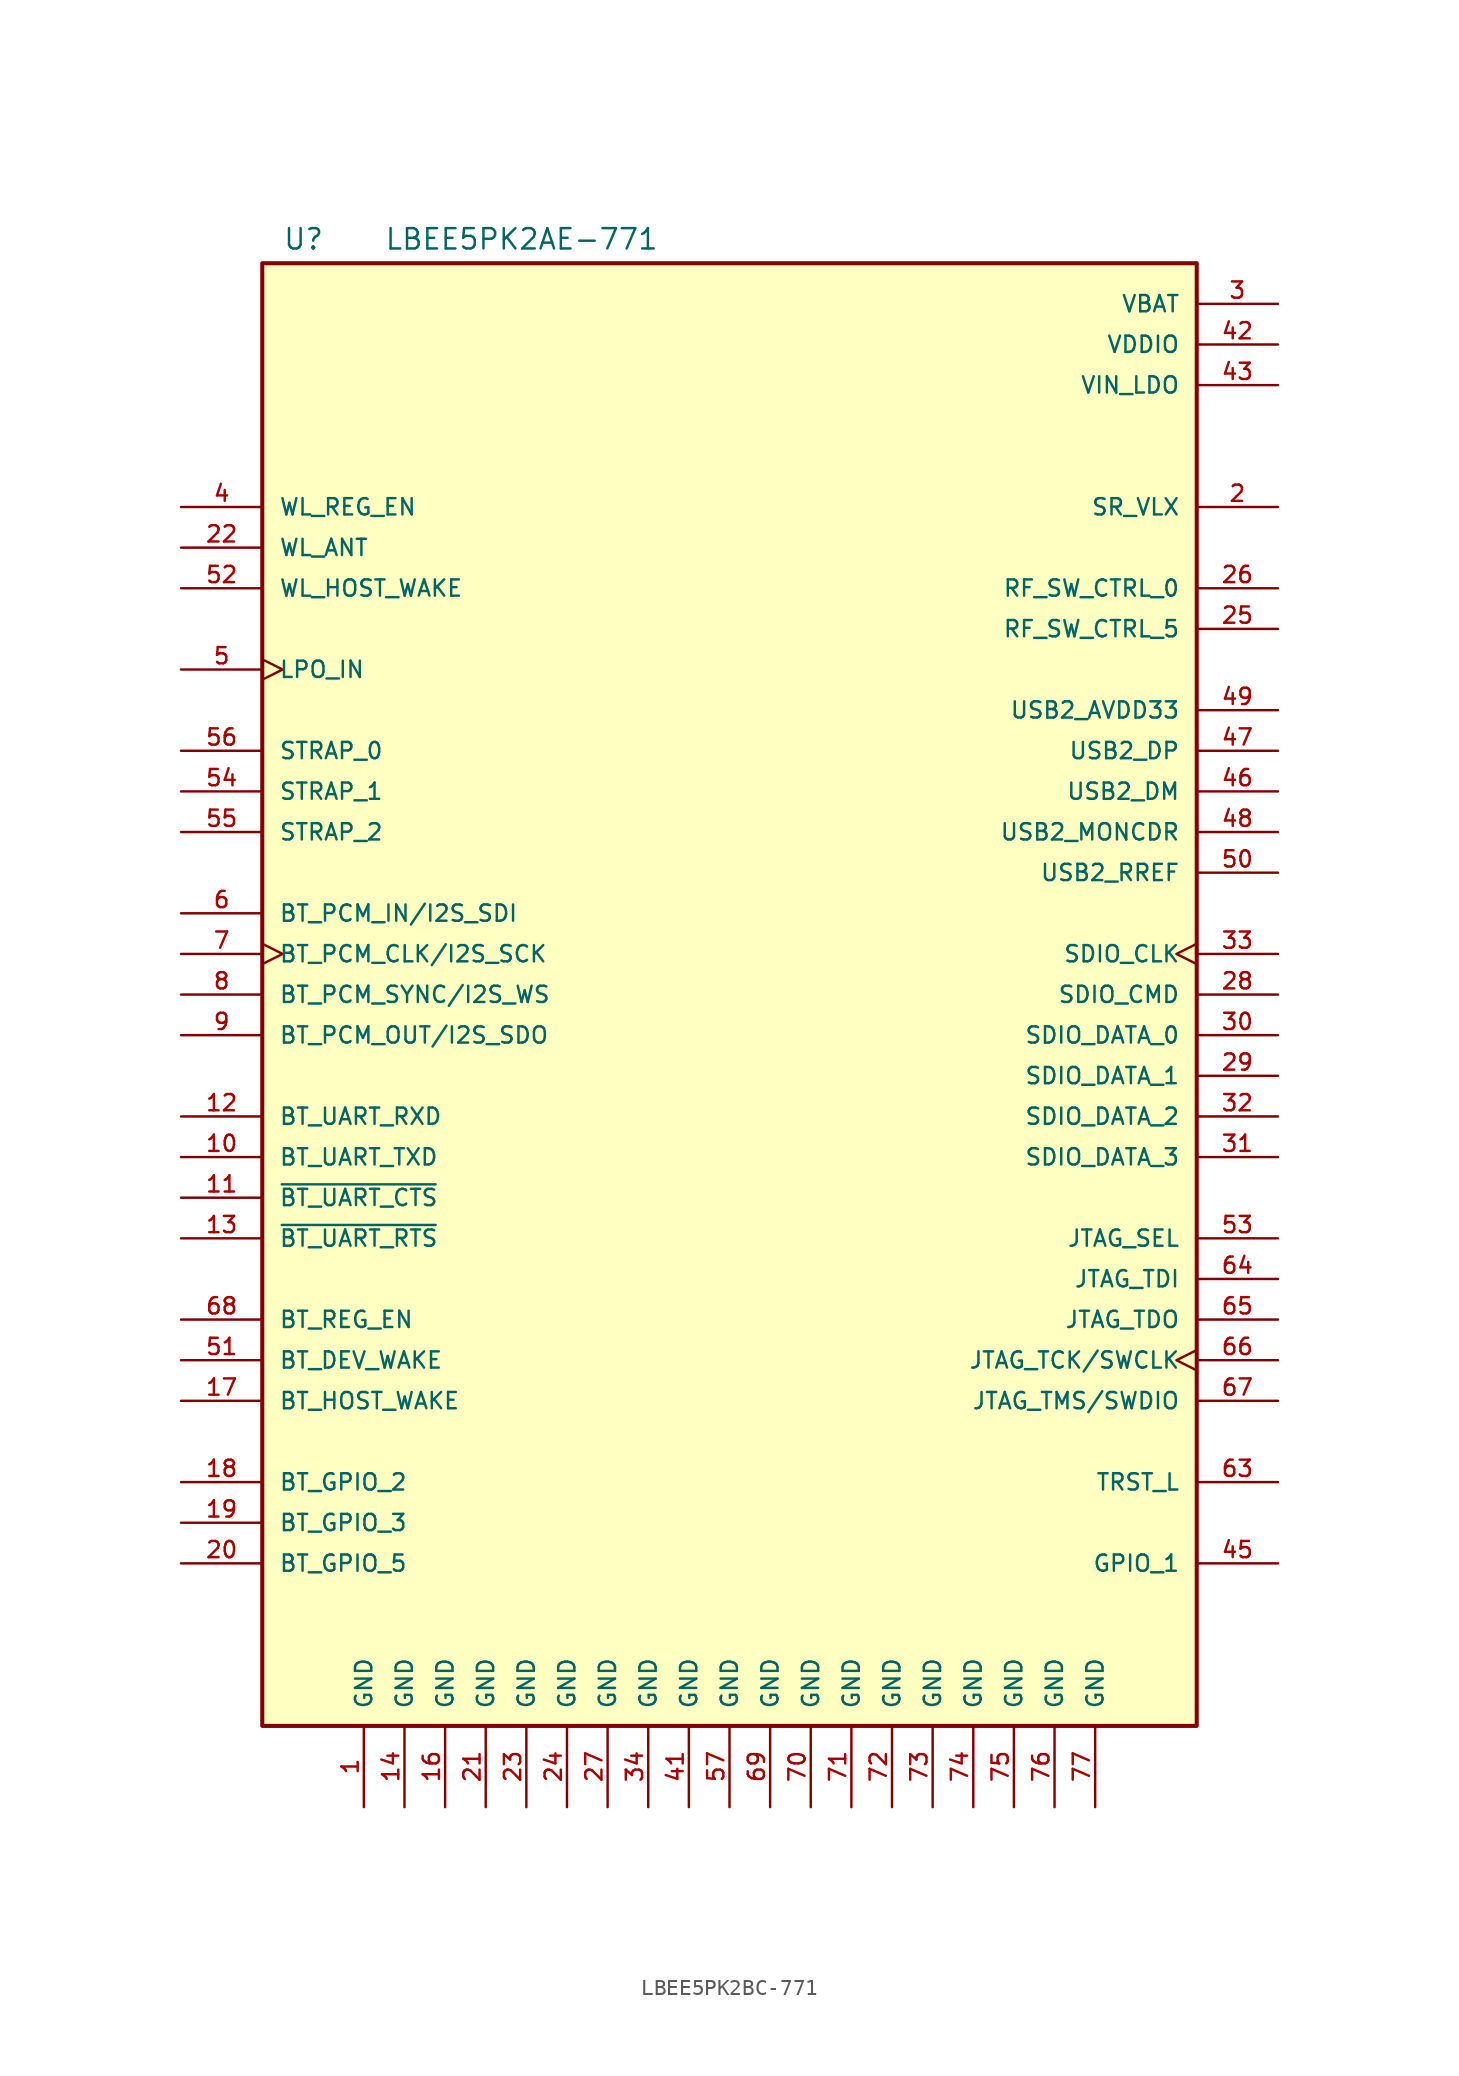
<source format=kicad_sym>
(kicad_symbol_lib
  (version 20241209)
  (generator "kicad_symbol_editor")
  (generator_version "9.0")
  (symbol "LBEE5PK2BC-771"
    (pin_names
      (offset 1.016))
    (property "Reference" "U"
      (at -27.94 46.482 0)
      (effects (font (size 1.27 1.27)) (justify left bottom)))
    (property "Value" "LBEE5PK2AE-771"
      (at -21.59 46.482 0)
      (effects (font (size 1.27 1.27)) (justify left bottom)))
    (symbol "LBEE5PK2BC-771_0_0"
      (rectangle (start -29.21 45.72) (end 29.21 -45.72) (stroke (width 0.254) (type default)) (fill (type background)))
      (pin input line (at -34.29 30.48 0) (length 5.08) (name "WL_REG_EN" (effects (font (size 1.016 1.016)))) (number "4" (effects (font (size 1.016 1.016)))))
      (pin output line (at -34.29 27.94 0) (length 5.08) (name "WL_ANT" (effects (font (size 1.016 1.016)))) (number "22" (effects (font (size 1.016 1.016)))))
      (pin output line (at -34.29 25.4 0) (length 5.08) (name "WL_HOST_WAKE" (effects (font (size 1.016 1.016)))) (number "52" (effects (font (size 1.016 1.016)))))
      (pin input clock (at -34.29 20.32 0) (length 5.08) (name "LPO_IN" (effects (font (size 1.016 1.016)))) (number "5" (effects (font (size 1.016 1.016)))))
      (pin input line (at -34.29 15.24 0) (length 5.08) (name "STRAP_0" (effects (font (size 1.016 1.016)))) (number "56" (effects (font (size 1.016 1.016)))))
      (pin input line (at -34.29 12.7 0) (length 5.08) (name "STRAP_1" (effects (font (size 1.016 1.016)))) (number "54" (effects (font (size 1.016 1.016)))))
      (pin input line (at -34.29 10.16 0) (length 5.08) (name "STRAP_2" (effects (font (size 1.016 1.016)))) (number "55" (effects (font (size 1.016 1.016)))))
      (pin input line (at -34.29 -7.62 0) (length 5.08) (name "BT_UART_RXD" (effects (font (size 1.016 1.016)))) (number "12" (effects (font (size 1.016 1.016)))))
      (pin output line (at -34.29 -10.16 0) (length 5.08) (name "BT_UART_TXD" (effects (font (size 1.016 1.016)))) (number "10" (effects (font (size 1.016 1.016)))))
      (pin input line (at -34.29 -12.7 0) (length 5.08) (name "~{BT_UART_CTS}" (effects (font (size 1.016 1.016)))) (number "11" (effects (font (size 1.016 1.016)))))
      (pin output line (at -34.29 -15.24 0) (length 5.08) (name "~{BT_UART_RTS}" (effects (font (size 1.016 1.016)))) (number "13" (effects (font (size 1.016 1.016)))))
      (pin input line (at -34.29 -20.32 0) (length 5.08) (name "BT_REG_EN" (effects (font (size 1.016 1.016)))) (number "68" (effects (font (size 1.016 1.016)))))
      (pin input line (at -34.29 -22.86 0) (length 5.08) (name "BT_DEV_WAKE" (effects (font (size 1.016 1.016)))) (number "51" (effects (font (size 1.016 1.016)))))
      (pin bidirectional line (at -34.29 -25.4 0) (length 5.08) (name "BT_HOST_WAKE" (effects (font (size 1.016 1.016)))) (number "17" (effects (font (size 1.016 1.016)))))
      (pin bidirectional line (at -34.29 -30.48 0) (length 5.08) (name "BT_GPIO_2" (effects (font (size 1.016 1.016)))) (number "18" (effects (font (size 1.016 1.016)))))
      (pin bidirectional line (at -34.29 -33.02 0) (length 5.08) (name "BT_GPIO_3" (effects (font (size 1.016 1.016)))) (number "19" (effects (font (size 1.016 1.016)))))
      (pin bidirectional line (at -34.29 -35.56 0) (length 5.08) (name "BT_GPIO_5" (effects (font (size 1.016 1.016)))) (number "20" (effects (font (size 1.016 1.016)))))
      (pin power_in line (at -22.86 -50.8 90) (length 5.08) (name "GND" (effects (font (size 1.016 1.016)))) (number "1" (effects (font (size 1.016 1.016)))))
      (pin power_in line (at -20.32 -50.8 90) (length 5.08) (name "GND" (effects (font (size 1.016 1.016)))) (number "14" (effects (font (size 1.016 1.016)))))
      (pin power_in line (at -17.78 -50.8 90) (length 5.08) (name "GND" (effects (font (size 1.016 1.016)))) (number "16" (effects (font (size 1.016 1.016)))))
      (pin power_in line (at -15.24 -50.8 90) (length 5.08) (name "GND" (effects (font (size 1.016 1.016)))) (number "21" (effects (font (size 1.016 1.016)))))
      (pin power_in line (at -12.7 -50.8 90) (length 5.08) (name "GND" (effects (font (size 1.016 1.016)))) (number "23" (effects (font (size 1.016 1.016)))))
      (pin power_in line (at -10.16 -50.8 90) (length 5.08) (name "GND" (effects (font (size 1.016 1.016)))) (number "24" (effects (font (size 1.016 1.016)))))
      (pin power_in line (at -7.62 -50.8 90) (length 5.08) (name "GND" (effects (font (size 1.016 1.016)))) (number "27" (effects (font (size 1.016 1.016)))))
      (pin power_in line (at -5.08 -50.8 90) (length 5.08) (name "GND" (effects (font (size 1.016 1.016)))) (number "34" (effects (font (size 1.016 1.016)))))
      (pin power_in line (at -2.54 -50.8 90) (length 5.08) (name "GND" (effects (font (size 1.016 1.016)))) (number "41" (effects (font (size 1.016 1.016)))))
      (pin power_in line (at 0 -50.8 90) (length 5.08) (name "GND" (effects (font (size 1.016 1.016)))) (number "57" (effects (font (size 1.016 1.016)))))
      (pin no_connect line (at 1.27 -5.08 0) (length 5.08) (hide yes) (name "NC" (effects (font (size 1.016 1.016)))) (number "15" (effects (font (size 1.016 1.016)))))
      (pin no_connect line (at 1.27 -7.62 0) (length 5.08) (hide yes) (name "NC" (effects (font (size 1.016 1.016)))) (number "35" (effects (font (size 1.016 1.016)))))
      (pin no_connect line (at 1.27 -10.16 0) (length 5.08) (hide yes) (name "NC" (effects (font (size 1.016 1.016)))) (number "36" (effects (font (size 1.016 1.016)))))
      (pin no_connect line (at 1.27 -12.7 0) (length 5.08) (hide yes) (name "NC" (effects (font (size 1.016 1.016)))) (number "37" (effects (font (size 1.016 1.016)))))
      (pin no_connect line (at 1.27 -15.24 0) (length 5.08) (hide yes) (name "NC" (effects (font (size 1.016 1.016)))) (number "38" (effects (font (size 1.016 1.016)))))
      (pin no_connect line (at 1.27 -17.78 0) (length 5.08) (hide yes) (name "NC" (effects (font (size 1.016 1.016)))) (number "39" (effects (font (size 1.016 1.016)))))
      (pin no_connect line (at 1.27 -20.32 0) (length 5.08) (hide yes) (name "NC" (effects (font (size 1.016 1.016)))) (number "40" (effects (font (size 1.016 1.016)))))
      (pin no_connect line (at 1.27 -22.86 0) (length 5.08) (hide yes) (name "NC" (effects (font (size 1.016 1.016)))) (number "59" (effects (font (size 1.016 1.016)))))
      (pin no_connect line (at 1.27 -25.4 0) (length 5.08) (hide yes) (name "NC" (effects (font (size 1.016 1.016)))) (number "60" (effects (font (size 1.016 1.016)))))
      (pin power_in line (at 2.54 -50.8 90) (length 5.08) (name "GND" (effects (font (size 1.016 1.016)))) (number "69" (effects (font (size 1.016 1.016)))))
      (pin power_in line (at 5.08 -50.8 90) (length 5.08) (name "GND" (effects (font (size 1.016 1.016)))) (number "70" (effects (font (size 1.016 1.016)))))
      (pin power_in line (at 7.62 -50.8 90) (length 5.08) (name "GND" (effects (font (size 1.016 1.016)))) (number "71" (effects (font (size 1.016 1.016)))))
      (pin power_in line (at 10.16 -50.8 90) (length 5.08) (name "GND" (effects (font (size 1.016 1.016)))) (number "72" (effects (font (size 1.016 1.016)))))
      (pin power_in line (at 12.7 -50.8 90) (length 5.08) (name "GND" (effects (font (size 1.016 1.016)))) (number "73" (effects (font (size 1.016 1.016)))))
      (pin power_in line (at 15.24 -50.8 90) (length 5.08) (name "GND" (effects (font (size 1.016 1.016)))) (number "74" (effects (font (size 1.016 1.016)))))
      (pin power_in line (at 17.78 -50.8 90) (length 5.08) (name "GND" (effects (font (size 1.016 1.016)))) (number "75" (effects (font (size 1.016 1.016)))))
      (pin power_in line (at 20.32 -50.8 90) (length 5.08) (name "GND" (effects (font (size 1.016 1.016)))) (number "76" (effects (font (size 1.016 1.016)))))
      (pin power_in line (at 22.86 -50.8 90) (length 5.08) (name "GND" (effects (font (size 1.016 1.016)))) (number "77" (effects (font (size 1.016 1.016)))))
      (pin power_in line (at 34.29 43.18 180) (length 5.08) (name "VBAT" (effects (font (size 1.016 1.016)))) (number "3" (effects (font (size 1.016 1.016)))))
      (pin power_in line (at 34.29 40.64 180) (length 5.08) (name "VDDIO" (effects (font (size 1.016 1.016)))) (number "42" (effects (font (size 1.016 1.016)))))
      (pin power_in line (at 34.29 38.1 180) (length 5.08) (name "VIN_LDO" (effects (font (size 1.016 1.016)))) (number "43" (effects (font (size 1.016 1.016)))))
      (pin output line (at 34.29 30.48 180) (length 5.08) (name "SR_VLX" (effects (font (size 1.016 1.016)))) (number "2" (effects (font (size 1.016 1.016)))))
      (pin output line (at 34.29 25.4 180) (length 5.08) (name "RF_SW_CTRL_0" (effects (font (size 1.016 1.016)))) (number "26" (effects (font (size 1.016 1.016)))))
      (pin output line (at 34.29 22.86 180) (length 5.08) (name "RF_SW_CTRL_5" (effects (font (size 1.016 1.016)))) (number "25" (effects (font (size 1.016 1.016)))))
      (pin power_in line (at 34.29 17.78 180) (length 5.08) (name "USB2_AVDD33" (effects (font (size 1.016 1.016)))) (number "49" (effects (font (size 1.016 1.016)))))
      (pin bidirectional line (at 34.29 15.24 180) (length 5.08) (name "USB2_DP" (effects (font (size 1.016 1.016)))) (number "47" (effects (font (size 1.016 1.016)))))
      (pin bidirectional line (at 34.29 12.7 180) (length 5.08) (name "USB2_DM" (effects (font (size 1.016 1.016)))) (number "46" (effects (font (size 1.016 1.016)))))
      (pin output line (at 34.29 10.16 180) (length 5.08) (name "USB2_MONCDR" (effects (font (size 1.016 1.016)))) (number "48" (effects (font (size 1.016 1.016)))))
      (pin bidirectional line (at 34.29 7.62 180) (length 5.08) (name "USB2_RREF" (effects (font (size 1.016 1.016)))) (number "50" (effects (font (size 1.016 1.016)))))
      (pin input clock (at 34.29 2.54 180) (length 5.08) (name "SDIO_CLK" (effects (font (size 1.016 1.016)))) (number "33" (effects (font (size 1.016 1.016)))))
      (pin bidirectional line (at 34.29 0 180) (length 5.08) (name "SDIO_CMD" (effects (font (size 1.016 1.016)))) (number "28" (effects (font (size 1.016 1.016)))))
      (pin bidirectional line (at 34.29 -2.54 180) (length 5.08) (name "SDIO_DATA_0" (effects (font (size 1.016 1.016)))) (number "30" (effects (font (size 1.016 1.016)))))
      (pin bidirectional line (at 34.29 -5.08 180) (length 5.08) (name "SDIO_DATA_1" (effects (font (size 1.016 1.016)))) (number "29" (effects (font (size 1.016 1.016)))))
      (pin bidirectional line (at 34.29 -7.62 180) (length 5.08) (name "SDIO_DATA_2" (effects (font (size 1.016 1.016)))) (number "32" (effects (font (size 1.016 1.016)))))
      (pin bidirectional line (at 34.29 -10.16 180) (length 5.08) (name "SDIO_DATA_3" (effects (font (size 1.016 1.016)))) (number "31" (effects (font (size 1.016 1.016)))))
      (pin input line (at 34.29 -15.24 180) (length 5.08) (name "JTAG_SEL" (effects (font (size 1.016 1.016)))) (number "53" (effects (font (size 1.016 1.016)))))
      (pin bidirectional line (at 34.29 -17.78 180) (length 5.08) (name "JTAG_TDI" (effects (font (size 1.016 1.016)))) (number "64" (effects (font (size 1.016 1.016)))))
      (pin bidirectional line (at 34.29 -20.32 180) (length 5.08) (name "JTAG_TDO" (effects (font (size 1.016 1.016)))) (number "65" (effects (font (size 1.016 1.016)))))
      (pin bidirectional clock (at 34.29 -22.86 180) (length 5.08) (name "JTAG_TCK/SWCLK" (effects (font (size 1.016 1.016)))) (number "66" (effects (font (size 1.016 1.016)))))
      (pin bidirectional line (at 34.29 -25.4 180) (length 5.08) (name "JTAG_TMS/SWDIO" (effects (font (size 1.016 1.016)))) (number "67" (effects (font (size 1.016 1.016)))))
      (pin bidirectional line (at 34.29 -30.48 180) (length 5.08) (name "TRST_L" (effects (font (size 1.016 1.016)))) (number "63" (effects (font (size 1.016 1.016)))))
      (pin bidirectional line (at 34.29 -35.56 180) (length 5.08) (name "GPIO_1" (effects (font (size 1.016 1.016)))) (number "45" (effects (font (size 1.016 1.016))))))
    (symbol "LBEE5PK2BC-771_1_0"
      (pin input line (at -34.29 5.08 0) (length 5.08) (name "BT_PCM_IN/I2S_SDI" (effects (font (size 1.016 1.016)))) (number "6" (effects (font (size 1.016 1.016)))))
      (pin bidirectional clock (at -34.29 2.54 0) (length 5.08) (name "BT_PCM_CLK/I2S_SCK" (effects (font (size 1.016 1.016)))) (number "7" (effects (font (size 1.016 1.016)))))
      (pin bidirectional line (at -34.29 0 0) (length 5.08) (name "BT_PCM_SYNC/I2S_WS" (effects (font (size 1.016 1.016)))) (number "8" (effects (font (size 1.016 1.016)))))
      (pin output line (at -34.29 -2.54 0) (length 5.08) (name "BT_PCM_OUT/I2S_SDO" (effects (font (size 1.016 1.016)))) (number "9" (effects (font (size 1.016 1.016)))))
      (pin no_connect line (at 1.27 -2.54 0) (length 5.08) (hide yes) (name "NC" (effects (font (size 1.016 1.016)))) (number "44" (effects (font (size 1.016 1.016)))))
      (pin no_connect line (at 1.27 -27.94 0) (length 5.08) (hide yes) (name "NC" (effects (font (size 1.016 1.016)))) (number "58" (effects (font (size 1.016 1.016)))))
      (pin no_connect line (at 1.27 -30.48 0) (length 5.08) (hide yes) (name "NC" (effects (font (size 1.016 1.016)))) (number "61" (effects (font (size 1.016 1.016)))))
      (pin no_connect line (at 1.27 -33.02 0) (length 5.08) (hide yes) (name "NC" (effects (font (size 1.016 1.016)))) (number "62" (effects (font (size 1.016 1.016))))))))
</source>
